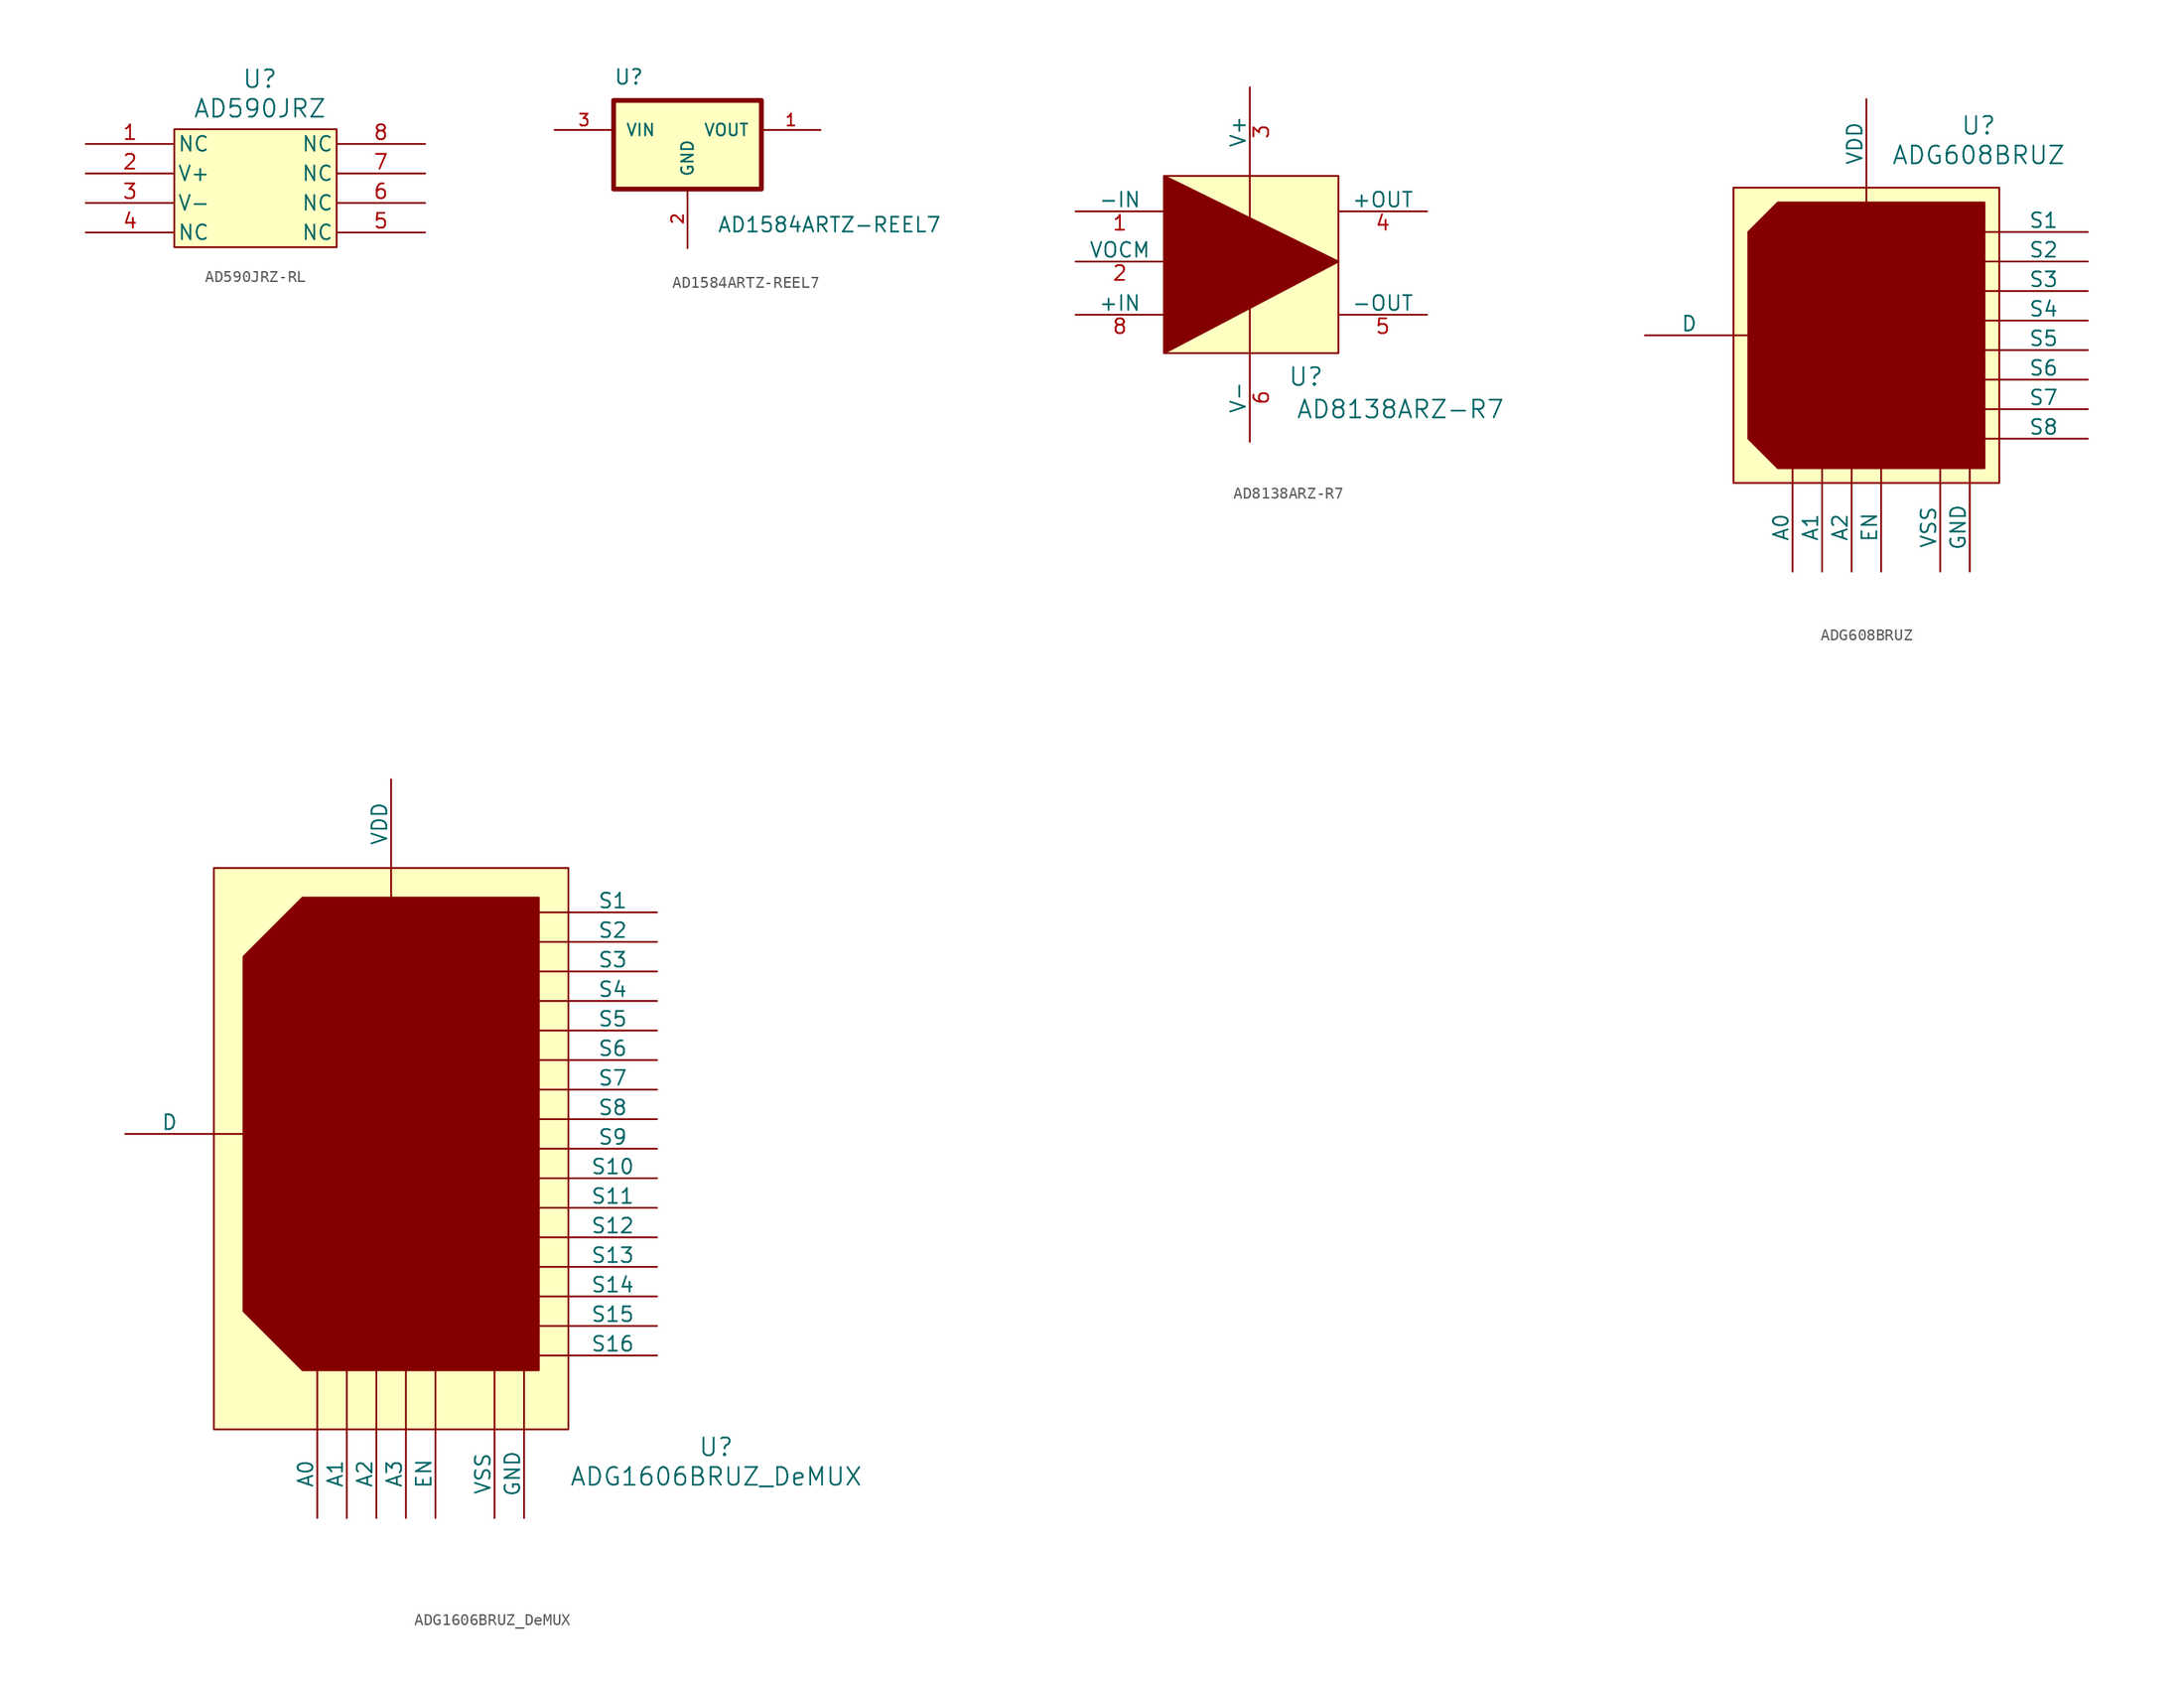
<source format=kicad_sym>
(kicad_symbol_lib
  (version 20231120)
  (generator "kicad_symbol_editor")
  (generator_version "8.0")
  (symbol "AD590JRZ-RL"
    (pin_names
      (offset 0.254))
    (property "Reference" "U"
      (at 14.986 5.588 0)
      (effects (font (size 1.524 1.524))))
    (property "Value" "AD590JRZ"
      (at 14.986 3.048 0)
      (effects (font (size 1.524 1.524))))
    (symbol "AD590JRZ-RL_0_1"
      (pin unspecified line (at 0 0 0) (length 7.62) (name "NC" (effects (font (size 1.27 1.27)))) (number "1" (effects (font (size 1.27 1.27)))))
      (pin unspecified line (at 0 -2.54 0) (length 7.62) (name "V+" (effects (font (size 1.27 1.27)))) (number "2" (effects (font (size 1.27 1.27)))))
      (pin unspecified line (at 0 -5.08 0) (length 7.62) (name "V-" (effects (font (size 1.27 1.27)))) (number "3" (effects (font (size 1.27 1.27)))))
      (pin unspecified line (at 0 -7.62 0) (length 7.62) (name "NC" (effects (font (size 1.27 1.27)))) (number "4" (effects (font (size 1.27 1.27)))))
      (pin unspecified line (at 29.21 -7.62 180) (length 7.62) (name "NC" (effects (font (size 1.27 1.27)))) (number "5" (effects (font (size 1.27 1.27)))))
      (pin unspecified line (at 29.21 -5.08 180) (length 7.62) (name "NC" (effects (font (size 1.27 1.27)))) (number "6" (effects (font (size 1.27 1.27)))))
      (pin unspecified line (at 29.21 -2.54 180) (length 7.62) (name "NC" (effects (font (size 1.27 1.27)))) (number "7" (effects (font (size 1.27 1.27)))))
      (pin unspecified line (at 29.21 0 180) (length 7.62) (name "NC" (effects (font (size 1.27 1.27)))) (number "8" (effects (font (size 1.27 1.27))))))
    (symbol "AD590JRZ-RL_1_1"
      (rectangle (start 7.62 1.27) (end 21.59 -8.89) (stroke (width 0) (type default)) (fill (type background)))))
  (symbol "AD1584ARTZ-REEL7"
    (pin_names
      (offset 1.016))
    (property "Reference" "U"
      (at -12.7 3.81 0)
      (effects (font (size 1.27 1.27)) (justify left bottom)))
    (property "Value" "AD1584ARTZ-REEL7"
      (at -3.81 -8.89 0)
      (effects (font (size 1.27 1.27)) (justify left bottom)))
    (symbol "AD1584ARTZ-REEL7_0_0"
      (rectangle (start -12.7 2.54) (end 0 -5.08) (stroke (width 0.41) (type default)) (fill (type background)))
      (pin output line (at 5.08 0 180) (length 5.08) (name "VOUT" (effects (font (size 1.016 1.016)))) (number "1" (effects (font (size 1.016 1.016)))))
      (pin power_in line (at -6.35 -10.16 90) (length 5.08) (name "GND" (effects (font (size 1.016 1.016)))) (number "2" (effects (font (size 1.016 1.016)))))
      (pin input line (at -17.78 0 0) (length 5.08) (name "VIN" (effects (font (size 1.016 1.016)))) (number "3" (effects (font (size 1.016 1.016)))))))
  (symbol "AD8138ARZ-R7"
    (pin_names
      (offset 0))
    (property "Reference" "U"
      (at 12.192 -2.032 0)
      (effects (font (size 1.524 1.524))))
    (property "Value" "AD8138ARZ-R7"
      (at 20.32 -4.826 0)
      (effects (font (size 1.524 1.524))))
    (symbol "AD8138ARZ-R7_0_1"
      (polyline (pts (xy 7.366 0) (xy 7.366 15.24)) (stroke (width 0) (type default)) (fill (type none)))
      (pin unspecified line (at -7.62 12.192 0) (length 7.62) (name "-IN" (effects (font (size 1.27 1.27)))) (number "1" (effects (font (size 1.27 1.27)))))
      (pin unspecified line (at -7.62 7.874 0) (length 7.62) (name "VOCM" (effects (font (size 1.27 1.27)))) (number "2" (effects (font (size 1.27 1.27)))))
      (pin power_in line (at 7.366 22.86 270) (length 7.62) (name "V+" (effects (font (size 1.27 1.27)))) (number "3" (effects (font (size 1.27 1.27)))))
      (pin unspecified line (at 22.606 12.192 180) (length 7.62) (name "+OUT" (effects (font (size 1.27 1.27)))) (number "4" (effects (font (size 1.27 1.27)))))
      (pin unspecified line (at 22.606 3.302 180) (length 7.62) (name "-OUT" (effects (font (size 1.27 1.27)))) (number "5" (effects (font (size 1.27 1.27)))))
      (pin power_in line (at 7.366 -7.62 90) (length 7.62) (name "V-" (effects (font (size 1.27 1.27)))) (number "6" (effects (font (size 1.27 1.27)))))
      (pin unspecified line (at -7.62 3.302 0) (length 7.62) (name "+IN" (effects (font (size 1.27 1.27)))) (number "8" (effects (font (size 1.27 1.27))))))
    (symbol "AD8138ARZ-R7_1_1"
      (polyline (pts (xy 0 15.24) (xy 14.986 7.874) (xy 0 0) (xy 0 15.24)) (stroke (width 0) (type default)) (fill (type outline)))
      (rectangle (start 0 15.24) (end 14.986 0) (stroke (width 0) (type default)) (fill (type background)))
      (pin unspecified line (at 22.86 7.874 180) (length 7.62) hide (name "NC" (effects (font (size 1.27 1.27)))) (number "7" (effects (font (size 1.27 1.27)))))))
  (symbol "ADG608BRUZ"
    (pin_numbers hide)
    (pin_names
      (offset 0))
    (property "Reference" "U"
      (at 21.082 30.734 0)
      (effects (font (size 1.524 1.524))))
    (property "Value" "ADG608BRUZ"
      (at 21.082 28.194 0)
      (effects (font (size 1.524 1.524))))
    (symbol "ADG608BRUZ_0_1"
      (polyline (pts (xy 0 12.7) (xy 1.27 12.7)) (stroke (width 0) (type default)) (fill (type none)))
      (polyline (pts (xy 5.08 0) (xy 5.08 1.27)) (stroke (width 0) (type default)) (fill (type none)))
      (polyline (pts (xy 7.62 0) (xy 7.62 1.27)) (stroke (width 0) (type default)) (fill (type none)))
      (polyline (pts (xy 10.16 0) (xy 10.16 1.27)) (stroke (width 0) (type default)) (fill (type none)))
      (polyline (pts (xy 12.7 0) (xy 12.7 1.27)) (stroke (width 0) (type default)) (fill (type none)))
      (polyline (pts (xy 17.78 0) (xy 17.78 1.27)) (stroke (width 0) (type default)) (fill (type none)))
      (polyline (pts (xy 20.32 0) (xy 20.32 1.27)) (stroke (width 0) (type default)) (fill (type none)))
      (pin unspecified line (at 5.08 -7.62 90) (length 7.62) (name "A0" (effects (font (size 1.27 1.27)))) (number "1" (effects (font (size 1.27 1.27)))))
      (pin unspecified line (at 30.48 6.35 180) (length 7.62) (name "S7" (effects (font (size 1.27 1.27)))) (number "10" (effects (font (size 1.27 1.27)))))
      (pin unspecified line (at 30.48 8.89 180) (length 7.62) (name "S6" (effects (font (size 1.27 1.27)))) (number "11" (effects (font (size 1.27 1.27)))))
      (pin unspecified line (at 30.48 11.43 180) (length 7.62) (name "S5" (effects (font (size 1.27 1.27)))) (number "12" (effects (font (size 1.27 1.27)))))
      (pin power_in line (at 11.43 33.02 270) (length 7.62) (name "VDD" (effects (font (size 1.27 1.27)))) (number "13" (effects (font (size 1.27 1.27)))))
      (pin unspecified line (at 20.32 -7.62 90) (length 7.62) (name "GND" (effects (font (size 1.27 1.27)))) (number "14" (effects (font (size 1.27 1.27)))))
      (pin unspecified line (at 10.16 -7.62 90) (length 7.62) (name "A2" (effects (font (size 1.27 1.27)))) (number "15" (effects (font (size 1.27 1.27)))))
      (pin unspecified line (at 7.62 -7.62 90) (length 7.62) (name "A1" (effects (font (size 1.27 1.27)))) (number "16" (effects (font (size 1.27 1.27)))))
      (pin unspecified line (at 12.7 -7.62 90) (length 7.62) (name "EN" (effects (font (size 1.27 1.27)))) (number "2" (effects (font (size 1.27 1.27)))))
      (pin power_in line (at 17.78 -7.62 90) (length 7.62) (name "VSS" (effects (font (size 1.27 1.27)))) (number "3" (effects (font (size 1.27 1.27)))))
      (pin unspecified line (at 30.48 21.59 180) (length 7.62) (name "S1" (effects (font (size 1.27 1.27)))) (number "4" (effects (font (size 1.27 1.27)))))
      (pin unspecified line (at 30.48 19.05 180) (length 7.62) (name "S2" (effects (font (size 1.27 1.27)))) (number "5" (effects (font (size 1.27 1.27)))))
      (pin unspecified line (at 30.48 16.51 180) (length 7.62) (name "S3" (effects (font (size 1.27 1.27)))) (number "6" (effects (font (size 1.27 1.27)))))
      (pin unspecified line (at 30.48 13.97 180) (length 7.62) (name "S4" (effects (font (size 1.27 1.27)))) (number "7" (effects (font (size 1.27 1.27)))))
      (pin unspecified line (at -7.62 12.7 0) (length 7.62) (name "D" (effects (font (size 1.27 1.27)))) (number "8" (effects (font (size 1.27 1.27)))))
      (pin unspecified line (at 30.48 3.81 180) (length 7.62) (name "S8" (effects (font (size 1.27 1.27)))) (number "9" (effects (font (size 1.27 1.27))))))
    (symbol "ADG608BRUZ_1_1"
      (polyline (pts (xy 11.43 25.4) (xy 11.43 22.86)) (stroke (width 0) (type default)) (fill (type none)))
      (polyline (pts (xy 22.86 3.81) (xy 21.59 3.81)) (stroke (width 0) (type default)) (fill (type none)))
      (polyline (pts (xy 22.86 6.35) (xy 21.59 6.35)) (stroke (width 0) (type default)) (fill (type none)))
      (polyline (pts (xy 22.86 8.89) (xy 21.59 8.89)) (stroke (width 0) (type default)) (fill (type none)))
      (polyline (pts (xy 22.86 11.43) (xy 21.59 11.43)) (stroke (width 0) (type default)) (fill (type none)))
      (polyline (pts (xy 22.86 13.97) (xy 21.59 13.97)) (stroke (width 0) (type default)) (fill (type none)))
      (polyline (pts (xy 22.86 16.51) (xy 21.59 16.51)) (stroke (width 0) (type default)) (fill (type none)))
      (polyline (pts (xy 22.86 19.05) (xy 21.59 19.05)) (stroke (width 0) (type default)) (fill (type none)))
      (polyline (pts (xy 22.86 21.59) (xy 21.59 21.59)) (stroke (width 0) (type default)) (fill (type none)))
      (polyline (pts (xy 21.59 24.13) (xy 21.59 1.27) (xy 3.81 1.27) (xy 1.27 3.81) (xy 1.27 21.59) (xy 3.81 24.13) (xy 21.59 24.13)) (stroke (width 0) (type default)) (fill (type outline)))
      (rectangle (start 0 25.4) (end 22.86 0) (stroke (width 0) (type default)) (fill (type background)))))
  (symbol "ADG1606BRUZ_DeMUX"
    (pin_numbers hide)
    (pin_names
      (offset 0))
    (property "Reference" "U"
      (at 43.18 -1.524 0)
      (effects (font (size 1.524 1.524))))
    (property "Value" "ADG1606BRUZ_DeMUX"
      (at 43.18 -4.064 0)
      (effects (font (size 1.524 1.524))))
    (symbol "ADG1606BRUZ_DeMUX_0_1"
      (pin power_in line (at 15.24 55.88 270) (length 7.62) (name "VDD" (effects (font (size 1.27 1.27)))) (number "1" (effects (font (size 1.27 1.27)))))
      (pin bidirectional line (at 38.1 21.59 180) (length 7.62) (name "S10" (effects (font (size 1.27 1.27)))) (number "10" (effects (font (size 1.27 1.27)))))
      (pin bidirectional line (at 38.1 24.13 180) (length 7.62) (name "S9" (effects (font (size 1.27 1.27)))) (number "11" (effects (font (size 1.27 1.27)))))
      (pin power_in line (at 26.67 -7.62 90) (length 7.62) (name "GND" (effects (font (size 1.27 1.27)))) (number "12" (effects (font (size 1.27 1.27)))))
      (pin input line (at 16.51 -7.62 90) (length 7.62) (name "A3" (effects (font (size 1.27 1.27)))) (number "14" (effects (font (size 1.27 1.27)))))
      (pin input line (at 13.97 -7.62 90) (length 7.62) (name "A2" (effects (font (size 1.27 1.27)))) (number "15" (effects (font (size 1.27 1.27)))))
      (pin input line (at 11.43 -7.62 90) (length 7.62) (name "A1" (effects (font (size 1.27 1.27)))) (number "16" (effects (font (size 1.27 1.27)))))
      (pin input line (at 8.89 -7.62 90) (length 7.62) (name "A0" (effects (font (size 1.27 1.27)))) (number "17" (effects (font (size 1.27 1.27)))))
      (pin input line (at 19.05 -7.62 90) (length 7.62) (name "EN" (effects (font (size 1.27 1.27)))) (number "18" (effects (font (size 1.27 1.27)))))
      (pin bidirectional line (at 38.1 44.45 180) (length 7.62) (name "S1" (effects (font (size 1.27 1.27)))) (number "19" (effects (font (size 1.27 1.27)))))
      (pin bidirectional line (at 38.1 41.91 180) (length 7.62) (name "S2" (effects (font (size 1.27 1.27)))) (number "20" (effects (font (size 1.27 1.27)))))
      (pin bidirectional line (at 38.1 39.37 180) (length 7.62) (name "S3" (effects (font (size 1.27 1.27)))) (number "21" (effects (font (size 1.27 1.27)))))
      (pin bidirectional line (at 38.1 36.83 180) (length 7.62) (name "S4" (effects (font (size 1.27 1.27)))) (number "22" (effects (font (size 1.27 1.27)))))
      (pin bidirectional line (at 38.1 34.29 180) (length 7.62) (name "S5" (effects (font (size 1.27 1.27)))) (number "23" (effects (font (size 1.27 1.27)))))
      (pin bidirectional line (at 38.1 31.75 180) (length 7.62) (name "S6" (effects (font (size 1.27 1.27)))) (number "24" (effects (font (size 1.27 1.27)))))
      (pin bidirectional line (at 38.1 29.21 180) (length 7.62) (name "S7" (effects (font (size 1.27 1.27)))) (number "25" (effects (font (size 1.27 1.27)))))
      (pin bidirectional line (at 38.1 26.67 180) (length 7.62) (name "S8" (effects (font (size 1.27 1.27)))) (number "26" (effects (font (size 1.27 1.27)))))
      (pin power_in line (at 24.13 -7.62 90) (length 7.62) (name "VSS" (effects (font (size 1.27 1.27)))) (number "27" (effects (font (size 1.27 1.27)))))
      (pin bidirectional line (at -7.62 25.4 0) (length 7.62) (name "D" (effects (font (size 1.27 1.27)))) (number "28" (effects (font (size 1.27 1.27)))))
      (pin bidirectional line (at 38.1 6.35 180) (length 7.62) (name "S16" (effects (font (size 1.27 1.27)))) (number "4" (effects (font (size 1.27 1.27)))))
      (pin bidirectional line (at 38.1 8.89 180) (length 7.62) (name "S15" (effects (font (size 1.27 1.27)))) (number "5" (effects (font (size 1.27 1.27)))))
      (pin bidirectional line (at 38.1 11.43 180) (length 7.62) (name "S14" (effects (font (size 1.27 1.27)))) (number "6" (effects (font (size 1.27 1.27)))))
      (pin bidirectional line (at 38.1 13.97 180) (length 7.62) (name "S13" (effects (font (size 1.27 1.27)))) (number "7" (effects (font (size 1.27 1.27)))))
      (pin bidirectional line (at 38.1 16.51 180) (length 7.62) (name "S12" (effects (font (size 1.27 1.27)))) (number "8" (effects (font (size 1.27 1.27)))))
      (pin bidirectional line (at 38.1 19.05 180) (length 7.62) (name "S11" (effects (font (size 1.27 1.27)))) (number "9" (effects (font (size 1.27 1.27))))))
    (symbol "ADG1606BRUZ_DeMUX_1_1"
      (polyline (pts (xy 0 25.4) (xy 3.81 25.4)) (stroke (width 0) (type default)) (fill (type none)))
      (polyline (pts (xy 8.89 0) (xy 8.89 7.62)) (stroke (width 0) (type default)) (fill (type none)))
      (polyline (pts (xy 11.43 0) (xy 11.43 6.35)) (stroke (width 0) (type default)) (fill (type none)))
      (polyline (pts (xy 13.97 0) (xy 13.97 7.62)) (stroke (width 0) (type default)) (fill (type none)))
      (polyline (pts (xy 15.24 48.26) (xy 15.24 44.45)) (stroke (width 0) (type default)) (fill (type none)))
      (polyline (pts (xy 16.51 0) (xy 16.51 6.35)) (stroke (width 0) (type default)) (fill (type none)))
      (polyline (pts (xy 19.05 0) (xy 19.05 6.35)) (stroke (width 0) (type default)) (fill (type none)))
      (polyline (pts (xy 24.13 0) (xy 24.13 6.35)) (stroke (width 0) (type default)) (fill (type none)))
      (polyline (pts (xy 26.67 0) (xy 26.67 6.35)) (stroke (width 0) (type default)) (fill (type none)))
      (polyline (pts (xy 30.48 6.35) (xy 26.67 6.35)) (stroke (width 0) (type default)) (fill (type none)))
      (polyline (pts (xy 30.48 8.89) (xy 26.67 8.89)) (stroke (width 0) (type default)) (fill (type none)))
      (polyline (pts (xy 30.48 11.43) (xy 26.67 11.43)) (stroke (width 0) (type default)) (fill (type none)))
      (polyline (pts (xy 30.48 13.97) (xy 26.67 13.97)) (stroke (width 0) (type default)) (fill (type none)))
      (polyline (pts (xy 30.48 16.51) (xy 26.67 16.51)) (stroke (width 0) (type default)) (fill (type none)))
      (polyline (pts (xy 30.48 19.05) (xy 26.67 19.05)) (stroke (width 0) (type default)) (fill (type none)))
      (polyline (pts (xy 30.48 21.59) (xy 26.67 21.59)) (stroke (width 0) (type default)) (fill (type none)))
      (polyline (pts (xy 30.48 24.13) (xy 26.67 24.13)) (stroke (width 0) (type default)) (fill (type none)))
      (polyline (pts (xy 30.48 26.67) (xy 26.67 26.67)) (stroke (width 0) (type default)) (fill (type none)))
      (polyline (pts (xy 30.48 29.21) (xy 26.67 29.21)) (stroke (width 0) (type default)) (fill (type none)))
      (polyline (pts (xy 30.48 31.75) (xy 26.67 31.75)) (stroke (width 0) (type default)) (fill (type none)))
      (polyline (pts (xy 30.48 34.29) (xy 26.67 34.29)) (stroke (width 0) (type default)) (fill (type none)))
      (polyline (pts (xy 30.48 36.83) (xy 26.67 36.83)) (stroke (width 0) (type default)) (fill (type none)))
      (polyline (pts (xy 30.48 39.37) (xy 26.67 39.37)) (stroke (width 0) (type default)) (fill (type none)))
      (polyline (pts (xy 30.48 41.91) (xy 26.67 41.91)) (stroke (width 0) (type default)) (fill (type none)))
      (polyline (pts (xy 30.48 44.45) (xy 26.67 44.45)) (stroke (width 0) (type default)) (fill (type none)))
      (polyline (pts (xy 27.94 45.72) (xy 27.94 5.08) (xy 7.62 5.08) (xy 2.54 10.16) (xy 2.54 40.64) (xy 7.62 45.72) (xy 27.94 45.72)) (stroke (width 0) (type default)) (fill (type outline)))
      (rectangle (start 0 48.26) (end 30.48 0) (stroke (width 0) (type default)) (fill (type background)))
      (pin no_connect line (at -7.62 -3.81 0) (length 7.62) hide (name "NC" (effects (font (size 1.27 1.27)))) (number "13" (effects (font (size 1.27 1.27)))))
      (pin no_connect line (at -7.62 -6.35 0) (length 7.62) hide (name "NC" (effects (font (size 1.27 1.27)))) (number "2" (effects (font (size 1.27 1.27)))))
      (pin no_connect line (at -7.62 -8.89 0) (length 7.62) hide (name "NC" (effects (font (size 1.27 1.27)))) (number "3" (effects (font (size 1.27 1.27))))))))
</source>
